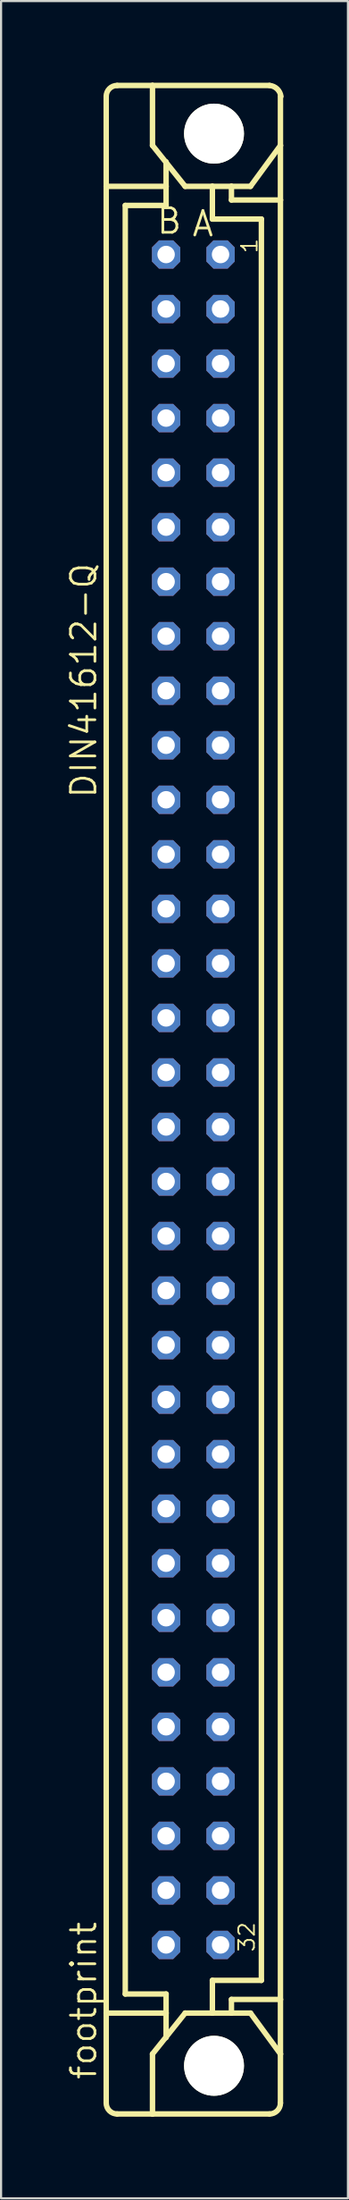
<source format=kicad_pcb>
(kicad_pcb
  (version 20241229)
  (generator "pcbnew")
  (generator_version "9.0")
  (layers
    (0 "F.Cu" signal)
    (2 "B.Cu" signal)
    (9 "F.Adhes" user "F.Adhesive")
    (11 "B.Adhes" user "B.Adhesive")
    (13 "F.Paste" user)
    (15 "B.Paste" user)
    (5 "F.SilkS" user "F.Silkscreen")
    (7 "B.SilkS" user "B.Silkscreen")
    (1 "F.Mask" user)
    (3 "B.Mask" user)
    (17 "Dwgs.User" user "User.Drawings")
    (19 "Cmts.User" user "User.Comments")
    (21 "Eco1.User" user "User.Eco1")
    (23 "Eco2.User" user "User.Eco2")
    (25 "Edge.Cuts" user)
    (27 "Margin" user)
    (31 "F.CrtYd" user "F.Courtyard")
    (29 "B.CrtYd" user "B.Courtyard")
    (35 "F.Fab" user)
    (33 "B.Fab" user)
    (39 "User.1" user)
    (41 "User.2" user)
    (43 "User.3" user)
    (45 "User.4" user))
  (footprint "footprint"
    (layer "F.Cu")
    (at 5.969 48.175)
    (property "Reference" "footprint" (at -4.445 45.72 90) (layer "F.SilkS") (effects (font (size 1.143 1.143) (thickness 0.127)) (justify left bottom)))
    (fp_line (start -4.064 -42.545) (end -4.064 -46.736) (stroke (width 0.254) (type solid)) (layer "F.SilkS"))
    (fp_line (start -4.064 -42.545) (end -4.064 42.545) (stroke (width 0.254) (type solid)) (layer "F.SilkS"))
    (fp_line (start -4.064 42.545) (end -4.064 46.736) (stroke (width 0.254) (type solid)) (layer "F.SilkS"))
    (fp_line (start -3.556 47.244) (end -1.905 47.244) (stroke (width 0.254) (type solid)) (layer "F.SilkS"))
    (fp_line (start -3.175 41.656) (end -3.175 -41.656) (stroke (width 0.254) (type solid)) (layer "F.SilkS"))
    (fp_line (start -1.905 -47.244) (end -3.556 -47.244) (stroke (width 0.254) (type solid)) (layer "F.SilkS"))
    (fp_line (start -1.905 -47.244) (end -1.905 -44.45) (stroke (width 0.254) (type solid)) (layer "F.SilkS"))
    (fp_line (start -1.905 47.244) (end -1.905 44.45) (stroke (width 0.254) (type solid)) (layer "F.SilkS"))
    (fp_line (start -1.905 47.244) (end 3.556 47.244) (stroke (width 0.254) (type solid)) (layer "F.SilkS"))
    (fp_line (start -1.27 -42.545) (end -4.064 -42.545) (stroke (width 0.254) (type solid)) (layer "F.SilkS"))
    (fp_line (start -1.27 -42.545) (end -1.27 -43.688) (stroke (width 0.254) (type solid)) (layer "F.SilkS"))
    (fp_line (start -1.27 -42.545) (end -1.27 -41.656) (stroke (width 0.254) (type solid)) (layer "F.SilkS"))
    (fp_line (start -1.27 -41.656) (end -3.175 -41.656) (stroke (width 0.254) (type solid)) (layer "F.SilkS"))
    (fp_line (start -1.27 41.656) (end -3.175 41.656) (stroke (width 0.254) (type solid)) (layer "F.SilkS"))
    (fp_line (start -1.27 42.545) (end -4.064 42.545) (stroke (width 0.254) (type solid)) (layer "F.SilkS"))
    (fp_line (start -1.27 42.545) (end -1.27 41.656) (stroke (width 0.254) (type solid)) (layer "F.SilkS"))
    (fp_line (start -1.27 42.545) (end -1.27 43.688) (stroke (width 0.254) (type solid)) (layer "F.SilkS"))
    (fp_line (start -0.381 -42.545) (end -1.905 -44.45) (stroke (width 0.254) (type solid)) (layer "F.SilkS"))
    (fp_line (start -0.381 -42.545) (end 0.889 -42.545) (stroke (width 0.254) (type solid)) (layer "F.SilkS"))
    (fp_line (start -0.381 42.545) (end -1.905 44.45) (stroke (width 0.254) (type solid)) (layer "F.SilkS"))
    (fp_line (start -0.381 42.545) (end 0.889 42.545) (stroke (width 0.254) (type solid)) (layer "F.SilkS"))
    (fp_line (start 0.889 -42.545) (end 1.778 -42.545) (stroke (width 0.254) (type solid)) (layer "F.SilkS"))
    (fp_line (start 0.889 -41.021) (end 0.889 -42.545) (stroke (width 0.254) (type solid)) (layer "F.SilkS"))
    (fp_line (start 0.889 42.545) (end 0.889 41.021) (stroke (width 0.254) (type solid)) (layer "F.SilkS"))
    (fp_line (start 0.889 42.545) (end 1.778 42.545) (stroke (width 0.254) (type solid)) (layer "F.SilkS"))
    (fp_line (start 1.778 -42.545) (end 1.778 -41.91) (stroke (width 0.254) (type solid)) (layer "F.SilkS"))
    (fp_line (start 1.778 -42.545) (end 2.667 -42.545) (stroke (width 0.254) (type solid)) (layer "F.SilkS"))
    (fp_line (start 1.778 -41.91) (end 4.064 -41.91) (stroke (width 0.254) (type solid)) (layer "F.SilkS"))
    (fp_line (start 1.778 41.91) (end 4.064 41.91) (stroke (width 0.254) (type solid)) (layer "F.SilkS"))
    (fp_line (start 1.778 42.545) (end 1.778 41.91) (stroke (width 0.254) (type solid)) (layer "F.SilkS"))
    (fp_line (start 1.778 42.545) (end 2.667 42.545) (stroke (width 0.254) (type solid)) (layer "F.SilkS"))
    (fp_line (start 2.667 -42.545) (end 4.064 -44.45) (stroke (width 0.254) (type solid)) (layer "F.SilkS"))
    (fp_line (start 2.667 42.545) (end 4.064 44.45) (stroke (width 0.254) (type solid)) (layer "F.SilkS"))
    (fp_line (start 3.175 -41.021) (end 0.889 -41.021) (stroke (width 0.254) (type solid)) (layer "F.SilkS"))
    (fp_line (start 3.175 41.021) (end 0.889 41.021) (stroke (width 0.254) (type solid)) (layer "F.SilkS"))
    (fp_line (start 3.175 41.021) (end 3.175 -41.021) (stroke (width 0.254) (type solid)) (layer "F.SilkS"))
    (fp_line (start 3.556 -47.244) (end -1.905 -47.244) (stroke (width 0.254) (type solid)) (layer "F.SilkS"))
    (fp_line (start 4.064 -44.45) (end 4.064 -46.736) (stroke (width 0.254) (type solid)) (layer "F.SilkS"))
    (fp_line (start 4.064 -44.45) (end 4.064 -41.91) (stroke (width 0.254) (type solid)) (layer "F.SilkS"))
    (fp_line (start 4.064 -41.91) (end 4.064 41.91) (stroke (width 0.254) (type solid)) (layer "F.SilkS"))
    (fp_line (start 4.064 41.91) (end 4.064 44.45) (stroke (width 0.254) (type solid)) (layer "F.SilkS"))
    (fp_line (start 4.064 44.45) (end 4.064 46.736) (stroke (width 0.254) (type solid)) (layer "F.SilkS"))
    (fp_arc (start -4.064 -46.736) (mid -3.91521 -47.09521) (end -3.556 -47.244) (stroke (width 0.254) (type solid)) (layer "F.SilkS"))
    (fp_arc (start -3.556 47.244) (mid -3.91521 47.09521) (end -4.064 46.736) (stroke (width 0.254) (type solid)) (layer "F.SilkS"))
    (fp_arc (start 3.556 -47.244) (mid 3.909437 -47.084314) (end 4.086 -46.738999) (stroke (width 0.254) (type solid)) (layer "F.SilkS"))
    (fp_arc (start 4.064 46.736) (mid 3.91521 47.09521) (end 3.556 47.244) (stroke (width 0.254) (type solid)) (layer "F.SilkS"))
    (fp_circle (center 0.965 -45) (end 2.235 -45) (stroke (width 0.254) (type solid)) (fill no) (layer "F.SilkS"))
    (fp_circle (center 0.965 45) (end 2.235 45) (stroke (width 0.254) (type solid)) (fill no) (layer "F.SilkS"))
    (fp_text user "DIN41612-Q" (at -4.445 -13.97 90) (layer "F.SilkS") (effects (font (size 1.143 1.143) (thickness 0.127)) (justify left bottom)))
    (fp_text user "32" (at 2.921 39.751 90) (layer "F.SilkS") (effects (font (size 0.732 0.732) (thickness 0.081)) (justify left bottom)))
    (fp_text user "1" (at 3.048 -39.37 90) (layer "F.SilkS") (effects (font (size 0.732 0.732) (thickness 0.081)) (justify left bottom)))
    (fp_text user "B" (at -1.778 -40.259 0) (layer "F.SilkS") (effects (font (size 1.143 1.143) (thickness 0.127)) (justify left bottom)))
    (fp_text user "A" (at -0.127 -40.132 0) (layer "F.SilkS") (effects (font (size 1.143 1.143) (thickness 0.127)) (justify left bottom)))
    (pad "" np_thru_hole circle (at 0.965 -45) (size 2.794 2.794) (drill 2.794) (layers "*.Cu" "*.Mask"))
    (pad "" np_thru_hole circle (at 0.965 45) (size 2.794 2.794) (drill 2.794) (layers "*.Cu" "*.Mask"))
    (pad "A1" thru_hole roundrect (at 1.27 -39.37) (size 1.321 1.321) (drill 0.813) (layers "*.Cu" "*.Mask") (roundrect_rratio 0.25) (chamfer_ratio 0.25) (chamfer top_left top_right bottom_left bottom_right))
    (pad "A2" thru_hole roundrect (at 1.27 -36.83) (size 1.321 1.321) (drill 0.813) (layers "*.Cu" "*.Mask") (roundrect_rratio 0.25) (chamfer_ratio 0.25) (chamfer top_left top_right bottom_left bottom_right))
    (pad "A3" thru_hole roundrect (at 1.27 -34.29) (size 1.321 1.321) (drill 0.813) (layers "*.Cu" "*.Mask") (roundrect_rratio 0.25) (chamfer_ratio 0.25) (chamfer top_left top_right bottom_left bottom_right))
    (pad "A4" thru_hole roundrect (at 1.27 -31.75) (size 1.321 1.321) (drill 0.813) (layers "*.Cu" "*.Mask") (roundrect_rratio 0.25) (chamfer_ratio 0.25) (chamfer top_left top_right bottom_left bottom_right))
    (pad "A5" thru_hole roundrect (at 1.27 -29.21) (size 1.321 1.321) (drill 0.813) (layers "*.Cu" "*.Mask") (roundrect_rratio 0.25) (chamfer_ratio 0.25) (chamfer top_left top_right bottom_left bottom_right))
    (pad "A6" thru_hole roundrect (at 1.27 -26.67) (size 1.321 1.321) (drill 0.813) (layers "*.Cu" "*.Mask") (roundrect_rratio 0.25) (chamfer_ratio 0.25) (chamfer top_left top_right bottom_left bottom_right))
    (pad "A7" thru_hole roundrect (at 1.27 -24.13) (size 1.321 1.321) (drill 0.813) (layers "*.Cu" "*.Mask") (roundrect_rratio 0.25) (chamfer_ratio 0.25) (chamfer top_left top_right bottom_left bottom_right))
    (pad "A8" thru_hole roundrect (at 1.27 -21.59) (size 1.321 1.321) (drill 0.813) (layers "*.Cu" "*.Mask") (roundrect_rratio 0.25) (chamfer_ratio 0.25) (chamfer top_left top_right bottom_left bottom_right))
    (pad "A9" thru_hole roundrect (at 1.27 -19.05) (size 1.321 1.321) (drill 0.813) (layers "*.Cu" "*.Mask") (roundrect_rratio 0.25) (chamfer_ratio 0.25) (chamfer top_left top_right bottom_left bottom_right))
    (pad "A10" thru_hole roundrect (at 1.27 -16.51) (size 1.321 1.321) (drill 0.813) (layers "*.Cu" "*.Mask") (roundrect_rratio 0.25) (chamfer_ratio 0.25) (chamfer top_left top_right bottom_left bottom_right))
    (pad "A11" thru_hole roundrect (at 1.27 -13.97) (size 1.321 1.321) (drill 0.813) (layers "*.Cu" "*.Mask") (roundrect_rratio 0.25) (chamfer_ratio 0.25) (chamfer top_left top_right bottom_left bottom_right))
    (pad "A12" thru_hole roundrect (at 1.27 -11.43) (size 1.321 1.321) (drill 0.813) (layers "*.Cu" "*.Mask") (roundrect_rratio 0.25) (chamfer_ratio 0.25) (chamfer top_left top_right bottom_left bottom_right))
    (pad "A13" thru_hole roundrect (at 1.27 -8.89) (size 1.321 1.321) (drill 0.813) (layers "*.Cu" "*.Mask") (roundrect_rratio 0.25) (chamfer_ratio 0.25) (chamfer top_left top_right bottom_left bottom_right))
    (pad "A14" thru_hole roundrect (at 1.27 -6.35) (size 1.321 1.321) (drill 0.813) (layers "*.Cu" "*.Mask") (roundrect_rratio 0.25) (chamfer_ratio 0.25) (chamfer top_left top_right bottom_left bottom_right))
    (pad "A15" thru_hole roundrect (at 1.27 -3.81) (size 1.321 1.321) (drill 0.813) (layers "*.Cu" "*.Mask") (roundrect_rratio 0.25) (chamfer_ratio 0.25) (chamfer top_left top_right bottom_left bottom_right))
    (pad "A16" thru_hole roundrect (at 1.27 -1.27) (size 1.321 1.321) (drill 0.813) (layers "*.Cu" "*.Mask") (roundrect_rratio 0.25) (chamfer_ratio 0.25) (chamfer top_left top_right bottom_left bottom_right))
    (pad "A17" thru_hole roundrect (at 1.27 1.27) (size 1.321 1.321) (drill 0.813) (layers "*.Cu" "*.Mask") (roundrect_rratio 0.25) (chamfer_ratio 0.25) (chamfer top_left top_right bottom_left bottom_right))
    (pad "A18" thru_hole roundrect (at 1.27 3.81) (size 1.321 1.321) (drill 0.813) (layers "*.Cu" "*.Mask") (roundrect_rratio 0.25) (chamfer_ratio 0.25) (chamfer top_left top_right bottom_left bottom_right))
    (pad "A19" thru_hole roundrect (at 1.27 6.35) (size 1.321 1.321) (drill 0.813) (layers "*.Cu" "*.Mask") (roundrect_rratio 0.25) (chamfer_ratio 0.25) (chamfer top_left top_right bottom_left bottom_right))
    (pad "A20" thru_hole roundrect (at 1.27 8.89) (size 1.321 1.321) (drill 0.813) (layers "*.Cu" "*.Mask") (roundrect_rratio 0.25) (chamfer_ratio 0.25) (chamfer top_left top_right bottom_left bottom_right))
    (pad "A21" thru_hole roundrect (at 1.27 11.43) (size 1.321 1.321) (drill 0.813) (layers "*.Cu" "*.Mask") (roundrect_rratio 0.25) (chamfer_ratio 0.25) (chamfer top_left top_right bottom_left bottom_right))
    (pad "A22" thru_hole roundrect (at 1.27 13.97) (size 1.321 1.321) (drill 0.813) (layers "*.Cu" "*.Mask") (roundrect_rratio 0.25) (chamfer_ratio 0.25) (chamfer top_left top_right bottom_left bottom_right))
    (pad "A23" thru_hole roundrect (at 1.27 16.51) (size 1.321 1.321) (drill 0.813) (layers "*.Cu" "*.Mask") (roundrect_rratio 0.25) (chamfer_ratio 0.25) (chamfer top_left top_right bottom_left bottom_right))
    (pad "A24" thru_hole roundrect (at 1.27 19.05) (size 1.321 1.321) (drill 0.813) (layers "*.Cu" "*.Mask") (roundrect_rratio 0.25) (chamfer_ratio 0.25) (chamfer top_left top_right bottom_left bottom_right))
    (pad "A25" thru_hole roundrect (at 1.27 21.59) (size 1.321 1.321) (drill 0.813) (layers "*.Cu" "*.Mask") (roundrect_rratio 0.25) (chamfer_ratio 0.25) (chamfer top_left top_right bottom_left bottom_right))
    (pad "A26" thru_hole roundrect (at 1.27 24.13) (size 1.321 1.321) (drill 0.813) (layers "*.Cu" "*.Mask") (roundrect_rratio 0.25) (chamfer_ratio 0.25) (chamfer top_left top_right bottom_left bottom_right))
    (pad "A27" thru_hole roundrect (at 1.27 26.67) (size 1.321 1.321) (drill 0.813) (layers "*.Cu" "*.Mask") (roundrect_rratio 0.25) (chamfer_ratio 0.25) (chamfer top_left top_right bottom_left bottom_right))
    (pad "A28" thru_hole roundrect (at 1.27 29.21) (size 1.321 1.321) (drill 0.813) (layers "*.Cu" "*.Mask") (roundrect_rratio 0.25) (chamfer_ratio 0.25) (chamfer top_left top_right bottom_left bottom_right))
    (pad "A29" thru_hole roundrect (at 1.27 31.75) (size 1.321 1.321) (drill 0.813) (layers "*.Cu" "*.Mask") (roundrect_rratio 0.25) (chamfer_ratio 0.25) (chamfer top_left top_right bottom_left bottom_right))
    (pad "A30" thru_hole roundrect (at 1.27 34.29) (size 1.321 1.321) (drill 0.813) (layers "*.Cu" "*.Mask") (roundrect_rratio 0.25) (chamfer_ratio 0.25) (chamfer top_left top_right bottom_left bottom_right))
    (pad "A31" thru_hole roundrect (at 1.27 36.83) (size 1.321 1.321) (drill 0.813) (layers "*.Cu" "*.Mask") (roundrect_rratio 0.25) (chamfer_ratio 0.25) (chamfer top_left top_right bottom_left bottom_right))
    (pad "A32" thru_hole roundrect (at 1.27 39.37) (size 1.321 1.321) (drill 0.813) (layers "*.Cu" "*.Mask") (roundrect_rratio 0.25) (chamfer_ratio 0.25) (chamfer top_left top_right bottom_left bottom_right))
    (pad "B1" thru_hole roundrect (at -1.27 -39.37) (size 1.321 1.321) (drill 0.813) (layers "*.Cu" "*.Mask") (roundrect_rratio 0.25) (chamfer_ratio 0.25) (chamfer top_left top_right bottom_left bottom_right))
    (pad "B2" thru_hole roundrect (at -1.27 -36.83) (size 1.321 1.321) (drill 0.813) (layers "*.Cu" "*.Mask") (roundrect_rratio 0.25) (chamfer_ratio 0.25) (chamfer top_left top_right bottom_left bottom_right))
    (pad "B3" thru_hole roundrect (at -1.27 -34.29) (size 1.321 1.321) (drill 0.813) (layers "*.Cu" "*.Mask") (roundrect_rratio 0.25) (chamfer_ratio 0.25) (chamfer top_left top_right bottom_left bottom_right))
    (pad "B4" thru_hole roundrect (at -1.27 -31.75) (size 1.321 1.321) (drill 0.813) (layers "*.Cu" "*.Mask") (roundrect_rratio 0.25) (chamfer_ratio 0.25) (chamfer top_left top_right bottom_left bottom_right))
    (pad "B5" thru_hole roundrect (at -1.27 -29.21) (size 1.321 1.321) (drill 0.813) (layers "*.Cu" "*.Mask") (roundrect_rratio 0.25) (chamfer_ratio 0.25) (chamfer top_left top_right bottom_left bottom_right))
    (pad "B6" thru_hole roundrect (at -1.27 -26.67) (size 1.321 1.321) (drill 0.813) (layers "*.Cu" "*.Mask") (roundrect_rratio 0.25) (chamfer_ratio 0.25) (chamfer top_left top_right bottom_left bottom_right))
    (pad "B7" thru_hole roundrect (at -1.27 -24.13) (size 1.321 1.321) (drill 0.813) (layers "*.Cu" "*.Mask") (roundrect_rratio 0.25) (chamfer_ratio 0.25) (chamfer top_left top_right bottom_left bottom_right))
    (pad "B8" thru_hole roundrect (at -1.27 -21.59) (size 1.321 1.321) (drill 0.813) (layers "*.Cu" "*.Mask") (roundrect_rratio 0.25) (chamfer_ratio 0.25) (chamfer top_left top_right bottom_left bottom_right))
    (pad "B9" thru_hole roundrect (at -1.27 -19.05) (size 1.321 1.321) (drill 0.813) (layers "*.Cu" "*.Mask") (roundrect_rratio 0.25) (chamfer_ratio 0.25) (chamfer top_left top_right bottom_left bottom_right))
    (pad "B10" thru_hole roundrect (at -1.27 -16.51) (size 1.321 1.321) (drill 0.813) (layers "*.Cu" "*.Mask") (roundrect_rratio 0.25) (chamfer_ratio 0.25) (chamfer top_left top_right bottom_left bottom_right))
    (pad "B11" thru_hole roundrect (at -1.27 -13.97) (size 1.321 1.321) (drill 0.813) (layers "*.Cu" "*.Mask") (roundrect_rratio 0.25) (chamfer_ratio 0.25) (chamfer top_left top_right bottom_left bottom_right))
    (pad "B12" thru_hole roundrect (at -1.27 -11.43) (size 1.321 1.321) (drill 0.813) (layers "*.Cu" "*.Mask") (roundrect_rratio 0.25) (chamfer_ratio 0.25) (chamfer top_left top_right bottom_left bottom_right))
    (pad "B13" thru_hole roundrect (at -1.27 -8.89) (size 1.321 1.321) (drill 0.813) (layers "*.Cu" "*.Mask") (roundrect_rratio 0.25) (chamfer_ratio 0.25) (chamfer top_left top_right bottom_left bottom_right))
    (pad "B14" thru_hole roundrect (at -1.27 -6.35) (size 1.321 1.321) (drill 0.813) (layers "*.Cu" "*.Mask") (roundrect_rratio 0.25) (chamfer_ratio 0.25) (chamfer top_left top_right bottom_left bottom_right))
    (pad "B15" thru_hole roundrect (at -1.27 -3.81) (size 1.321 1.321) (drill 0.813) (layers "*.Cu" "*.Mask") (roundrect_rratio 0.25) (chamfer_ratio 0.25) (chamfer top_left top_right bottom_left bottom_right))
    (pad "B16" thru_hole roundrect (at -1.27 -1.27) (size 1.321 1.321) (drill 0.813) (layers "*.Cu" "*.Mask") (roundrect_rratio 0.25) (chamfer_ratio 0.25) (chamfer top_left top_right bottom_left bottom_right))
    (pad "B17" thru_hole roundrect (at -1.27 1.27) (size 1.321 1.321) (drill 0.813) (layers "*.Cu" "*.Mask") (roundrect_rratio 0.25) (chamfer_ratio 0.25) (chamfer top_left top_right bottom_left bottom_right))
    (pad "B18" thru_hole roundrect (at -1.27 3.81) (size 1.321 1.321) (drill 0.813) (layers "*.Cu" "*.Mask") (roundrect_rratio 0.25) (chamfer_ratio 0.25) (chamfer top_left top_right bottom_left bottom_right))
    (pad "B19" thru_hole roundrect (at -1.27 6.35) (size 1.321 1.321) (drill 0.813) (layers "*.Cu" "*.Mask") (roundrect_rratio 0.25) (chamfer_ratio 0.25) (chamfer top_left top_right bottom_left bottom_right))
    (pad "B20" thru_hole roundrect (at -1.27 8.89) (size 1.321 1.321) (drill 0.813) (layers "*.Cu" "*.Mask") (roundrect_rratio 0.25) (chamfer_ratio 0.25) (chamfer top_left top_right bottom_left bottom_right))
    (pad "B21" thru_hole roundrect (at -1.27 11.43) (size 1.321 1.321) (drill 0.813) (layers "*.Cu" "*.Mask") (roundrect_rratio 0.25) (chamfer_ratio 0.25) (chamfer top_left top_right bottom_left bottom_right))
    (pad "B22" thru_hole roundrect (at -1.27 13.97) (size 1.321 1.321) (drill 0.813) (layers "*.Cu" "*.Mask") (roundrect_rratio 0.25) (chamfer_ratio 0.25) (chamfer top_left top_right bottom_left bottom_right))
    (pad "B23" thru_hole roundrect (at -1.27 16.51) (size 1.321 1.321) (drill 0.813) (layers "*.Cu" "*.Mask") (roundrect_rratio 0.25) (chamfer_ratio 0.25) (chamfer top_left top_right bottom_left bottom_right))
    (pad "B24" thru_hole roundrect (at -1.27 19.05) (size 1.321 1.321) (drill 0.813) (layers "*.Cu" "*.Mask") (roundrect_rratio 0.25) (chamfer_ratio 0.25) (chamfer top_left top_right bottom_left bottom_right))
    (pad "B25" thru_hole roundrect (at -1.27 21.59) (size 1.321 1.321) (drill 0.813) (layers "*.Cu" "*.Mask") (roundrect_rratio 0.25) (chamfer_ratio 0.25) (chamfer top_left top_right bottom_left bottom_right))
    (pad "B26" thru_hole roundrect (at -1.27 24.13) (size 1.321 1.321) (drill 0.813) (layers "*.Cu" "*.Mask") (roundrect_rratio 0.25) (chamfer_ratio 0.25) (chamfer top_left top_right bottom_left bottom_right))
    (pad "B27" thru_hole roundrect (at -1.27 26.67) (size 1.321 1.321) (drill 0.813) (layers "*.Cu" "*.Mask") (roundrect_rratio 0.25) (chamfer_ratio 0.25) (chamfer top_left top_right bottom_left bottom_right))
    (pad "B28" thru_hole roundrect (at -1.27 29.21) (size 1.321 1.321) (drill 0.813) (layers "*.Cu" "*.Mask") (roundrect_rratio 0.25) (chamfer_ratio 0.25) (chamfer top_left top_right bottom_left bottom_right))
    (pad "B29" thru_hole roundrect (at -1.27 31.75) (size 1.321 1.321) (drill 0.813) (layers "*.Cu" "*.Mask") (roundrect_rratio 0.25) (chamfer_ratio 0.25) (chamfer top_left top_right bottom_left bottom_right))
    (pad "B30" thru_hole roundrect (at -1.27 34.29) (size 1.321 1.321) (drill 0.813) (layers "*.Cu" "*.Mask") (roundrect_rratio 0.25) (chamfer_ratio 0.25) (chamfer top_left top_right bottom_left bottom_right))
    (pad "B31" thru_hole roundrect (at -1.27 36.83) (size 1.321 1.321) (drill 0.813) (layers "*.Cu" "*.Mask") (roundrect_rratio 0.25) (chamfer_ratio 0.25) (chamfer top_left top_right bottom_left bottom_right))
    (pad "B32" thru_hole roundrect (at -1.27 39.37) (size 1.321 1.321) (drill 0.813) (layers "*.Cu" "*.Mask") (roundrect_rratio 0.25) (chamfer_ratio 0.25) (chamfer top_left top_right bottom_left bottom_right))
    (zone (net_name "") (layers "F.Cu" "B.Cu") (hatch edge 0.508) (connect_pads) (min_thickness 0.254) (filled_areas_thickness no) (keepout (tracks allowed) (vias not_allowed) (pads allowed) (copperpour allowed) (footprints allowed)) (placement (enabled no)) (fill) (polygon (pts (xy 10.109 3.175) (xy 10.061 2.624) (xy 9.918 2.089) (xy 9.684 1.587) (xy 9.366 1.134) (xy 8.975 0.743) (xy 8.522 0.425) (xy 8.02 0.191) (xy 7.486 0.048) (xy 6.934 0) (xy 6.383 0.048) (xy 5.848 0.191) (xy 5.347 0.425) (xy 4.893 0.743) (xy 4.502 1.134) (xy 4.185 1.587) (xy 3.951 2.089) (xy 3.807 2.624) (xy 3.759 3.175) (xy 3.807 3.726) (xy 3.951 4.261) (xy 4.185 4.763) (xy 4.502 5.216) (xy 4.893 5.607) (xy 5.347 5.925) (xy 5.848 6.159) (xy 6.383 6.302) (xy 6.934 6.35) (xy 7.486 6.302) (xy 8.02 6.159) (xy 8.522 5.925) (xy 8.975 5.607) (xy 9.366 5.216) (xy 9.684 4.763) (xy 9.918 4.261) (xy 10.061 3.726))) (polygon (pts (xy 8.331 3.175) (xy 8.31 2.932) (xy 8.247 2.697) (xy 8.144 2.477) (xy 8.004 2.277) (xy 7.832 2.105) (xy 7.633 1.965) (xy 7.412 1.862) (xy 7.177 1.799) (xy 6.934 1.778) (xy 6.692 1.799) (xy 6.456 1.862) (xy 6.236 1.965) (xy 6.036 2.105) (xy 5.864 2.277) (xy 5.724 2.477) (xy 5.621 2.697) (xy 5.558 2.932) (xy 5.537 3.175) (xy 5.558 3.418) (xy 5.621 3.653) (xy 5.724 3.873) (xy 5.864 4.073) (xy 6.036 4.245) (xy 6.236 4.385) (xy 6.456 4.488) (xy 6.692 4.551) (xy 6.934 4.572) (xy 7.177 4.551) (xy 7.412 4.488) (xy 7.633 4.385) (xy 7.832 4.245) (xy 8.004 4.073) (xy 8.144 3.873) (xy 8.247 3.653) (xy 8.31 3.418))))
    (zone (net_name "") (layers "F.Cu" "B.Cu") (hatch edge 0.508) (connect_pads) (min_thickness 0.254) (filled_areas_thickness no) (keepout (tracks allowed) (vias not_allowed) (pads allowed) (copperpour allowed) (footprints allowed)) (placement (enabled no)) (fill) (polygon (pts (xy 10.109 93.175) (xy 10.061 92.623) (xy 9.918 92.089) (xy 9.684 91.587) (xy 9.366 91.134) (xy 8.975 90.743) (xy 8.522 90.425) (xy 8.02 90.191) (xy 7.486 90.048) (xy 6.934 90) (xy 6.383 90.048) (xy 5.848 90.191) (xy 5.347 90.425) (xy 4.893 90.743) (xy 4.502 91.134) (xy 4.185 91.587) (xy 3.951 92.089) (xy 3.807 92.623) (xy 3.759 93.175) (xy 3.807 93.726) (xy 3.951 94.261) (xy 4.185 94.762) (xy 4.502 95.216) (xy 4.893 95.607) (xy 5.347 95.924) (xy 5.848 96.158) (xy 6.383 96.302) (xy 6.934 96.35) (xy 7.486 96.302) (xy 8.02 96.158) (xy 8.522 95.924) (xy 8.975 95.607) (xy 9.366 95.216) (xy 9.684 94.762) (xy 9.918 94.261) (xy 10.061 93.726))) (polygon (pts (xy 8.331 93.175) (xy 8.31 92.932) (xy 8.247 92.697) (xy 8.144 92.476) (xy 8.004 92.277) (xy 7.832 92.105) (xy 7.633 91.965) (xy 7.412 91.862) (xy 7.177 91.799) (xy 6.934 91.778) (xy 6.692 91.799) (xy 6.456 91.862) (xy 6.236 91.965) (xy 6.036 92.105) (xy 5.864 92.277) (xy 5.724 92.476) (xy 5.621 92.697) (xy 5.558 92.932) (xy 5.537 93.175) (xy 5.558 93.417) (xy 5.621 93.653) (xy 5.724 93.873) (xy 5.864 94.073) (xy 6.036 94.245) (xy 6.236 94.385) (xy 6.456 94.488) (xy 6.692 94.551) (xy 6.934 94.572) (xy 7.177 94.551) (xy 7.412 94.488) (xy 7.633 94.385) (xy 7.832 94.245) (xy 8.004 94.073) (xy 8.144 93.873) (xy 8.247 93.653) (xy 8.31 93.417))))
    (zone (net_name "") (layer "B.Cu") (hatch edge 0.508) (connect_pads) (min_thickness 0.254) (filled_areas_thickness no) (keepout (tracks not_allowed) (vias not_allowed) (pads not_allowed) (copperpour not_allowed) (footprints allowed)) (placement (enabled no)) (fill) (polygon (pts (xy 10.109 3.175) (xy 10.061 2.624) (xy 9.918 2.089) (xy 9.684 1.587) (xy 9.366 1.134) (xy 8.975 0.743) (xy 8.522 0.425) (xy 8.02 0.191) (xy 7.486 0.048) (xy 6.934 0) (xy 6.383 0.048) (xy 5.848 0.191) (xy 5.347 0.425) (xy 4.893 0.743) (xy 4.502 1.134) (xy 4.185 1.587) (xy 3.951 2.089) (xy 3.807 2.624) (xy 3.759 3.175) (xy 3.807 3.726) (xy 3.951 4.261) (xy 4.185 4.763) (xy 4.502 5.216) (xy 4.893 5.607) (xy 5.347 5.925) (xy 5.848 6.159) (xy 6.383 6.302) (xy 6.934 6.35) (xy 7.486 6.302) (xy 8.02 6.159) (xy 8.522 5.925) (xy 8.975 5.607) (xy 9.366 5.216) (xy 9.684 4.763) (xy 9.918 4.261) (xy 10.061 3.726))) (polygon (pts (xy 8.331 3.175) (xy 8.31 2.932) (xy 8.247 2.697) (xy 8.144 2.477) (xy 8.004 2.277) (xy 7.832 2.105) (xy 7.633 1.965) (xy 7.412 1.862) (xy 7.177 1.799) (xy 6.934 1.778) (xy 6.692 1.799) (xy 6.456 1.862) (xy 6.236 1.965) (xy 6.036 2.105) (xy 5.864 2.277) (xy 5.724 2.477) (xy 5.621 2.697) (xy 5.558 2.932) (xy 5.537 3.175) (xy 5.558 3.418) (xy 5.621 3.653) (xy 5.724 3.873) (xy 5.864 4.073) (xy 6.036 4.245) (xy 6.236 4.385) (xy 6.456 4.488) (xy 6.692 4.551) (xy 6.934 4.572) (xy 7.177 4.551) (xy 7.412 4.488) (xy 7.633 4.385) (xy 7.832 4.245) (xy 8.004 4.073) (xy 8.144 3.873) (xy 8.247 3.653) (xy 8.31 3.418))))
    (zone (net_name "") (layer "B.Cu") (hatch edge 0.508) (connect_pads) (min_thickness 0.254) (filled_areas_thickness no) (keepout (tracks not_allowed) (vias not_allowed) (pads not_allowed) (copperpour not_allowed) (footprints allowed)) (placement (enabled no)) (fill) (polygon (pts (xy 10.109 93.175) (xy 10.061 92.623) (xy 9.918 92.089) (xy 9.684 91.587) (xy 9.366 91.134) (xy 8.975 90.743) (xy 8.522 90.425) (xy 8.02 90.191) (xy 7.486 90.048) (xy 6.934 90) (xy 6.383 90.048) (xy 5.848 90.191) (xy 5.347 90.425) (xy 4.893 90.743) (xy 4.502 91.134) (xy 4.185 91.587) (xy 3.951 92.089) (xy 3.807 92.623) (xy 3.759 93.175) (xy 3.807 93.726) (xy 3.951 94.261) (xy 4.185 94.762) (xy 4.502 95.216) (xy 4.893 95.607) (xy 5.347 95.924) (xy 5.848 96.158) (xy 6.383 96.302) (xy 6.934 96.35) (xy 7.486 96.302) (xy 8.02 96.158) (xy 8.522 95.924) (xy 8.975 95.607) (xy 9.366 95.216) (xy 9.684 94.762) (xy 9.918 94.261) (xy 10.061 93.726))) (polygon (pts (xy 8.331 93.175) (xy 8.31 92.932) (xy 8.247 92.697) (xy 8.144 92.476) (xy 8.004 92.277) (xy 7.832 92.105) (xy 7.633 91.965) (xy 7.412 91.862) (xy 7.177 91.799) (xy 6.934 91.778) (xy 6.692 91.799) (xy 6.456 91.862) (xy 6.236 91.965) (xy 6.036 92.105) (xy 5.864 92.277) (xy 5.724 92.476) (xy 5.621 92.697) (xy 5.558 92.932) (xy 5.537 93.175) (xy 5.558 93.417) (xy 5.621 93.653) (xy 5.724 93.873) (xy 5.864 94.073) (xy 6.036 94.245) (xy 6.236 94.385) (xy 6.456 94.488) (xy 6.692 94.551) (xy 6.934 94.572) (xy 7.177 94.551) (xy 7.412 94.488) (xy 7.633 94.385) (xy 7.832 94.245) (xy 8.004 94.073) (xy 8.144 93.873) (xy 8.247 93.653) (xy 8.31 93.417)))))
  (gr_rect
    (start -3 -3)
    (end 13.182 99.35)
    (stroke (width 0.1) (type default))
    (fill no)
    (layer "Edge.Cuts")))
</source>
